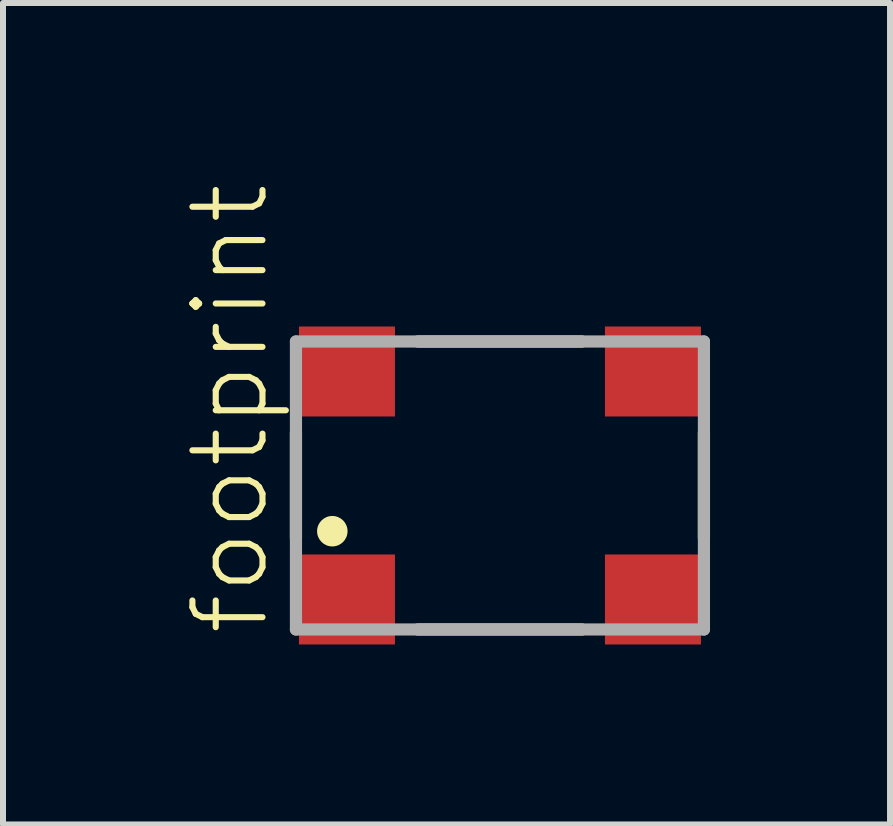
<source format=kicad_pcb>
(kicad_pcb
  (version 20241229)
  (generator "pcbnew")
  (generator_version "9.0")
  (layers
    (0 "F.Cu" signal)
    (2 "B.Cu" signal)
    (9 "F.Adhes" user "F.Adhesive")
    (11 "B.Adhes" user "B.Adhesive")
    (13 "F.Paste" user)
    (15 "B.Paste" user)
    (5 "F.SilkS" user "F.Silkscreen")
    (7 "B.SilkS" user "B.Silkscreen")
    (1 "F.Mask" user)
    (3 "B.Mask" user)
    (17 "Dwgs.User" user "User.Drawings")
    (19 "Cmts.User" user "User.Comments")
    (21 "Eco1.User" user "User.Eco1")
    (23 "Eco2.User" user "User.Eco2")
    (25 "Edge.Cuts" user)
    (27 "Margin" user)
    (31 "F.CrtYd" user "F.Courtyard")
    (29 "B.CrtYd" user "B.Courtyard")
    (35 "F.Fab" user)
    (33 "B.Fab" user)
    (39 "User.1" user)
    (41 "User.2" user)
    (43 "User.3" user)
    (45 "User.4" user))
  (footprint "footprint"
    (layer "F.Cu")
    (at 5.283 5.042)
    (property "Reference" "footprint" (at -3.81 2.54 90) (layer "F.SilkS") (effects (font (size 1.168 1.168) (thickness 0.102)) (justify left bottom)))
    (fp_line (start -3.4 -0.876) (end -3.4 0.876) (stroke (width 0.203) (type solid)) (layer "F.SilkS"))
    (fp_line (start -1.368 2.4) (end 1.368 2.4) (stroke (width 0.203) (type solid)) (layer "F.SilkS"))
    (fp_line (start 1.368 -2.4) (end -1.368 -2.4) (stroke (width 0.203) (type solid)) (layer "F.SilkS"))
    (fp_line (start 3.4 0.876) (end 3.4 -0.876) (stroke (width 0.203) (type solid)) (layer "F.SilkS"))
    (fp_circle (center -2.794 0.762) (end -2.667 0.762) (stroke (width 0.254) (type solid)) (fill yes) (layer "F.SilkS"))
    (fp_line (start -3.4 -2.4) (end -3.4 2.4) (stroke (width 0.203) (type solid)) (layer "F.Fab"))
    (fp_line (start -3.4 2.4) (end 3.4 2.4) (stroke (width 0.203) (type solid)) (layer "F.Fab"))
    (fp_line (start 3.4 -2.4) (end -3.4 -2.4) (stroke (width 0.203) (type solid)) (layer "F.Fab"))
    (fp_line (start 3.4 2.4) (end 3.4 -2.4) (stroke (width 0.203) (type solid)) (layer "F.Fab"))
    (pad "1" smd rect (at -2.55 1.9 90) (size 1.5 1.6) (layers "F.Cu" "F.Mask" "F.Paste"))
    (pad "2" smd rect (at 2.55 1.9 90) (size 1.5 1.6) (layers "F.Cu" "F.Mask" "F.Paste"))
    (pad "3" smd rect (at 2.55 -1.9 270) (size 1.5 1.6) (layers "F.Cu" "F.Mask" "F.Paste"))
    (pad "4" smd rect (at -2.55 -1.9 270) (size 1.5 1.6) (layers "F.Cu" "F.Mask" "F.Paste")))
  (gr_rect
    (start -3 -3)
    (end 11.785 10.692)
    (stroke (width 0.1) (type default))
    (fill no)
    (layer "Edge.Cuts")))
</source>
